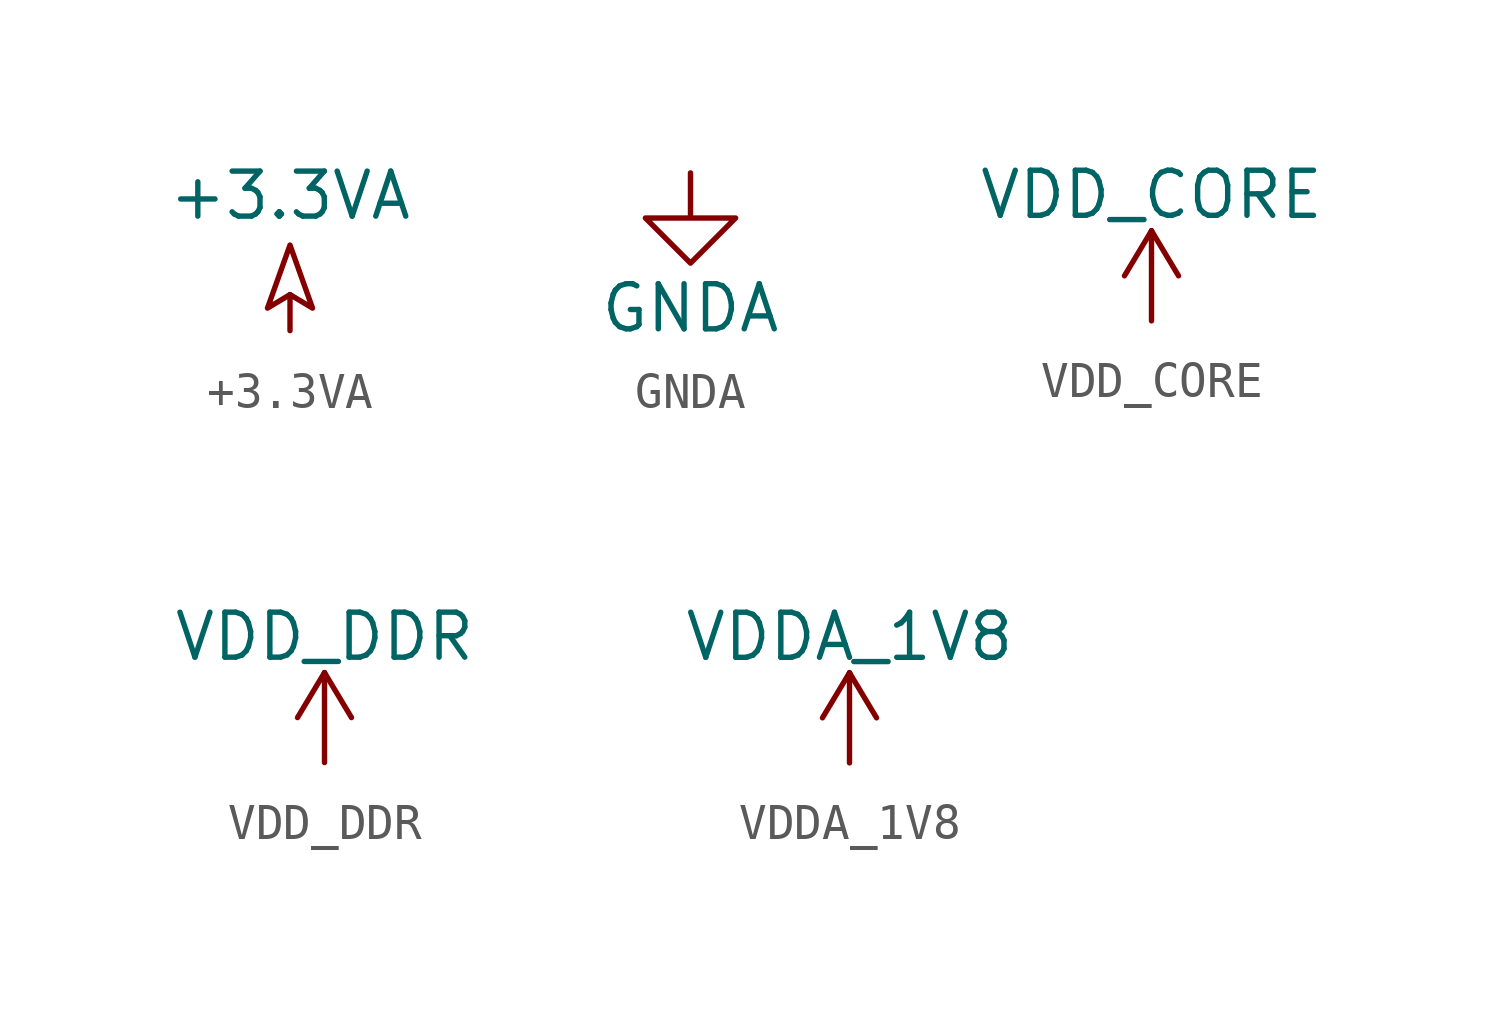
<source format=kicad_sym>
(kicad_symbol_lib
  (version 20211014)
  (generator kicad_symbol_editor)
  (symbol "+3.3VA"
    (power)
    (pin_names
      (offset 0))
    (property "Reference" "#PWR"
      (at 3.81 -1.27 0)
      (effects (font (size 1.27 1.27)) hide))
    (property "Value" "+3.3VA"
      (at 0 3.81 0)
      (effects (font (size 1.27 1.27))))
    (property "Footprint" ""
      (at 0 0 0)
      (effects (font (size 1.27 1.27))))
    (property "Datasheet" ""
      (at 0 0 0)
      (effects (font (size 1.27 1.27))))
    (symbol "+3.3VA_0_0"
      (pin power_in line (at 0 0 90) (length 0) hide (name "+3.3VA" (effects (font (size 1.27 1.27)))) (number "1" (effects (font (size 1.27 1.27))))))
    (symbol "+3.3VA_0_1"
      (polyline (pts (xy 0 0) (xy 0 1.016) (xy 0 1.016)) (stroke (width 0) (type default) (color 0 0 0 0)) (fill (type none)))
      (polyline (pts (xy 0 1.016) (xy -0.635 0.635) (xy 0 2.413) (xy 0.635 0.635) (xy 0 1.016)) (stroke (width 0) (type default) (color 0 0 0 0)) (fill (type none)))))
  (symbol "GNDA"
    (power)
    (pin_numbers hide)
    (pin_names
      (offset 0) hide)
    (property "Reference" "#PWR"
      (at 0 -6.35 0)
      (effects (font (size 1.27 1.27)) hide))
    (property "Value" "GNDA"
      (at 0 -3.81 0)
      (effects (font (size 1.27 1.27))))
    (symbol "GNDA_0_1"
      (polyline (pts (xy 0 0) (xy 0 -1.27) (xy 1.27 -1.27) (xy 0 -2.54) (xy -1.27 -1.27) (xy 0 -1.27)) (stroke (width 0) (type default) (color 0 0 0 0)) (fill (type none))))
    (symbol "GNDA_1_1"
      (pin power_in line (at 0 0 270) (length 0) hide (name "GNDA" (effects (font (size 1.27 1.27)))) (number "1" (effects (font (size 1.27 1.27)))))))
  (symbol "VDD_CORE"
    (power)
    (pin_names
      (offset 0))
    (property "Reference" "#PWR"
      (at 0 -3.81 0)
      (effects (font (size 1.27 1.27)) hide))
    (property "Value" "VDD_CORE"
      (at 0 3.556 0)
      (effects (font (size 1.27 1.27))))
    (symbol "VDD_CORE_0_1"
      (polyline (pts (xy -0.762 1.27) (xy 0 2.54)) (stroke (width 0) (type default) (color 0 0 0 0)) (fill (type none)))
      (polyline (pts (xy 0 0) (xy 0 2.54)) (stroke (width 0) (type default) (color 0 0 0 0)) (fill (type none)))
      (polyline (pts (xy 0 2.54) (xy 0.762 1.27)) (stroke (width 0) (type default) (color 0 0 0 0)) (fill (type none))))
    (symbol "VDD_CORE_1_1"
      (pin power_in line (at 0 0 90) (length 0) hide (name "VDD_CORE" (effects (font (size 1.27 1.27)))) (number "1" (effects (font (size 1.27 1.27)))))))
  (symbol "VDD_DDR"
    (power)
    (pin_names
      (offset 0))
    (property "Reference" "#PWR"
      (at 0 -3.81 0)
      (effects (font (size 1.27 1.27)) hide))
    (property "Value" "VDD_DDR"
      (at 0 3.556 0)
      (effects (font (size 1.27 1.27))))
    (symbol "VDD_DDR_0_1"
      (polyline (pts (xy -0.762 1.27) (xy 0 2.54)) (stroke (width 0) (type default) (color 0 0 0 0)) (fill (type none)))
      (polyline (pts (xy 0 0) (xy 0 2.54)) (stroke (width 0) (type default) (color 0 0 0 0)) (fill (type none)))
      (polyline (pts (xy 0 2.54) (xy 0.762 1.27)) (stroke (width 0) (type default) (color 0 0 0 0)) (fill (type none))))
    (symbol "VDD_DDR_1_1"
      (pin power_in line (at 0 0 90) (length 0) hide (name "VDD_DDR" (effects (font (size 1.27 1.27)))) (number "1" (effects (font (size 1.27 1.27)))))))
  (symbol "VDDA_1V8"
    (power)
    (pin_names
      (offset 0))
    (property "Reference" "#PWR"
      (at 0 -3.81 0)
      (effects (font (size 1.27 1.27)) hide))
    (property "Value" "VDDA_1V8"
      (at 0 3.556 0)
      (effects (font (size 1.27 1.27))))
    (symbol "VDDA_1V8_0_1"
      (polyline (pts (xy -0.762 1.27) (xy 0 2.54)) (stroke (width 0) (type default) (color 0 0 0 0)) (fill (type none)))
      (polyline (pts (xy 0 0) (xy 0 2.54)) (stroke (width 0) (type default) (color 0 0 0 0)) (fill (type none)))
      (polyline (pts (xy 0 2.54) (xy 0.762 1.27)) (stroke (width 0) (type default) (color 0 0 0 0)) (fill (type none))))
    (symbol "VDDA_1V8_1_1"
      (pin power_in line (at 0 0 90) (length 0) hide (name "VDDA_1V8" (effects (font (size 1.27 1.27)))) (number "1" (effects (font (size 1.27 1.27))))))))
</source>
